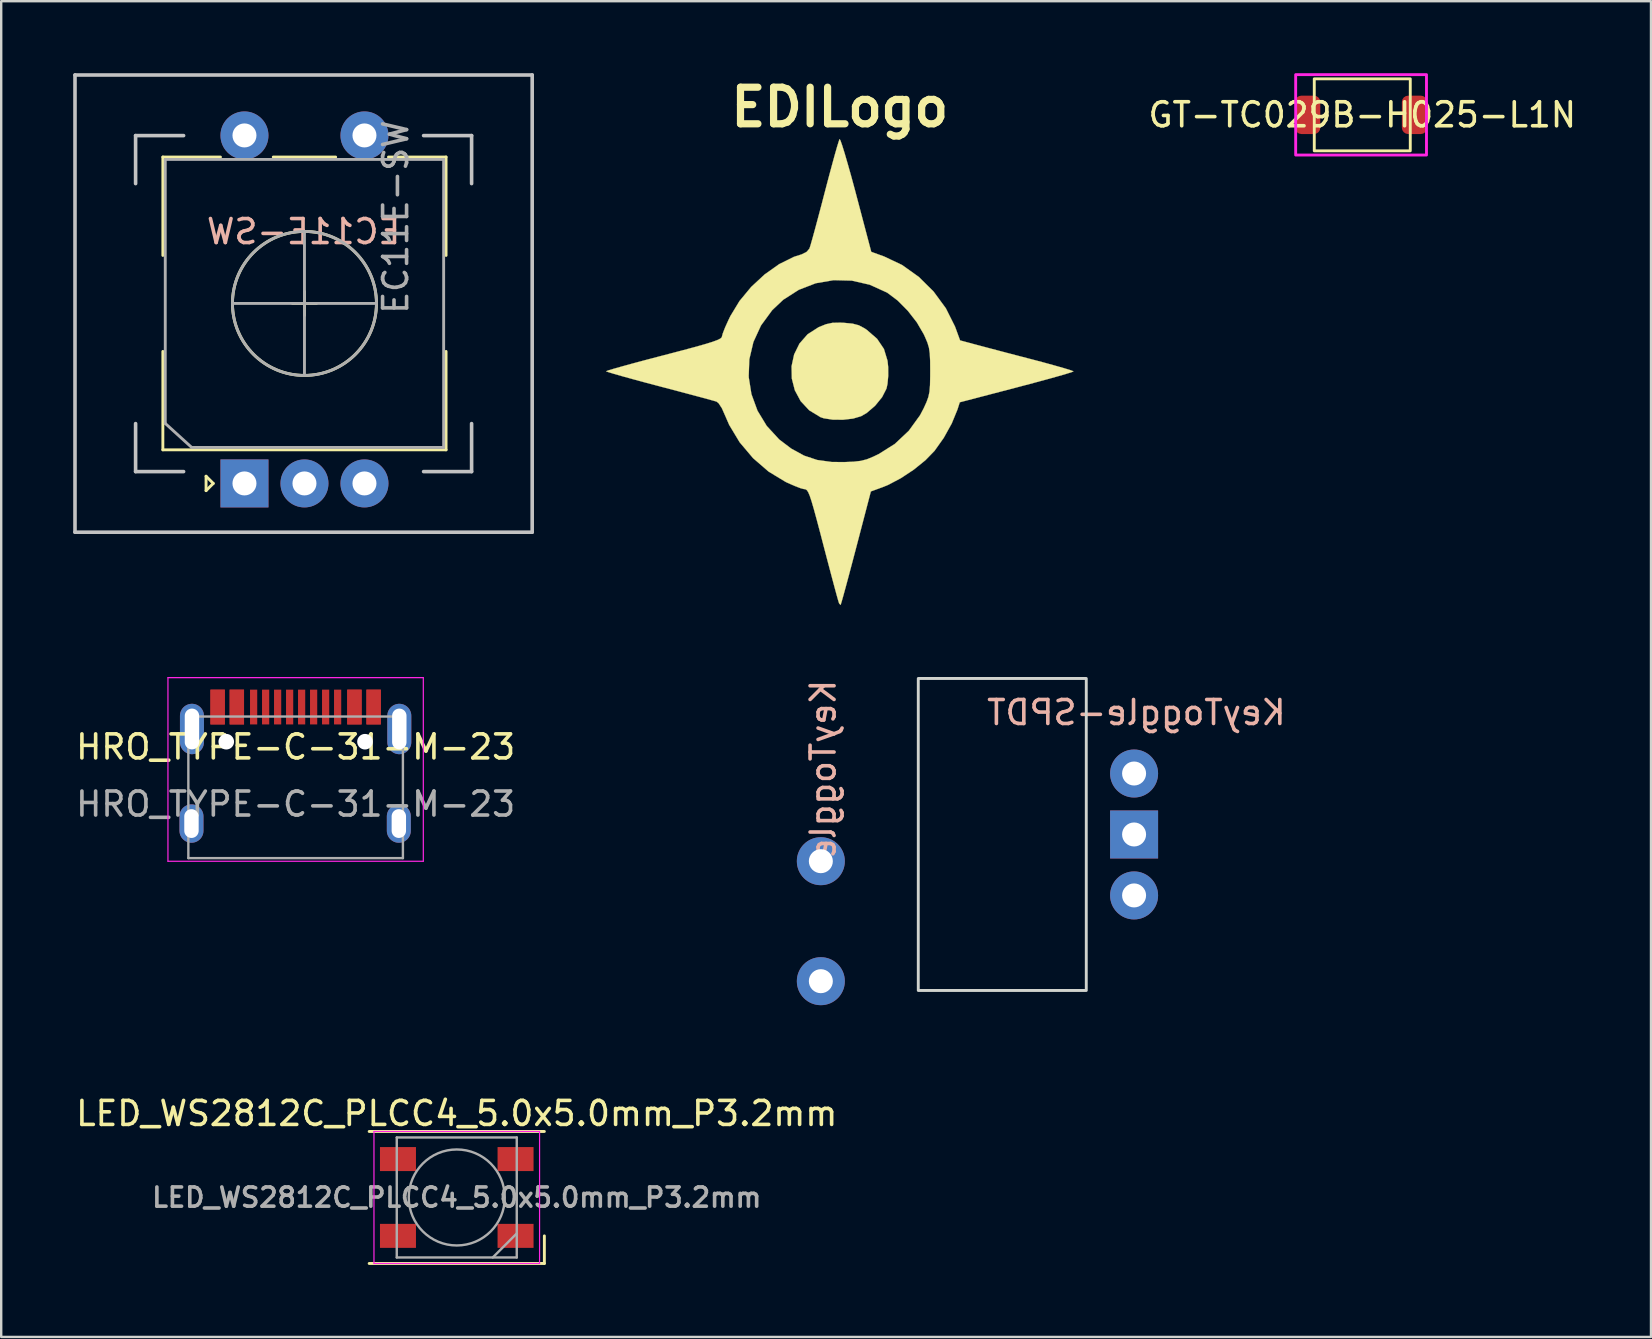
<source format=kicad_pcb>
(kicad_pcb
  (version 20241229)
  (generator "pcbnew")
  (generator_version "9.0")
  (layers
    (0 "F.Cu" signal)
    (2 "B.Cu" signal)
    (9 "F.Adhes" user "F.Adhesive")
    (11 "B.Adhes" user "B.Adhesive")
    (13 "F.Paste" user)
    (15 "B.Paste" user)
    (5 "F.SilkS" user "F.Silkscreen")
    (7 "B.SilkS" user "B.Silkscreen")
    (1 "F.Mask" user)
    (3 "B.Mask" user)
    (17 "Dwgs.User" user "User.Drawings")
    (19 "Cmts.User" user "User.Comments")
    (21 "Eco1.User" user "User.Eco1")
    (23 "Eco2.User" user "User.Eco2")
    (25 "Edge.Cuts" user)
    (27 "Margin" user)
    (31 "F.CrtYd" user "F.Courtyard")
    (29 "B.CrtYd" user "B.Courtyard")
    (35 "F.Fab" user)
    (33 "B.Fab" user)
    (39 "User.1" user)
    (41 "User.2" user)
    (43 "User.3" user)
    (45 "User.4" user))
  (footprint "LED_WS2812C_PLCC4_5.0x5.0mm_P3.2mm"
    (layer "F.Cu")
    (at 15.982 46.845)
    (property "Reference" "LED_WS2812C_PLCC4_5.0x5.0mm_P3.2mm" (at 0 -3.5 0) (layer "F.SilkS") (effects (font (size 1 1) (thickness 0.15))))
    (attr smd)
    (fp_line (start -3.65 -2.75) (end 3.65 -2.75) (stroke (width 0.12) (type solid)) (layer "F.SilkS"))
    (fp_line (start -3.65 2.75) (end 3.65 2.75) (stroke (width 0.12) (type solid)) (layer "F.SilkS"))
    (fp_line (start 3.65 2.75) (end 3.65 1.6) (stroke (width 0.12) (type solid)) (layer "F.SilkS"))
    (fp_line (start -3.45 -2.75) (end -3.45 2.75) (stroke (width 0.05) (type solid)) (layer "F.CrtYd"))
    (fp_line (start -3.45 2.75) (end 3.45 2.75) (stroke (width 0.05) (type solid)) (layer "F.CrtYd"))
    (fp_line (start 3.45 -2.75) (end -3.45 -2.75) (stroke (width 0.05) (type solid)) (layer "F.CrtYd"))
    (fp_line (start 3.45 2.75) (end 3.45 -2.75) (stroke (width 0.05) (type solid)) (layer "F.CrtYd"))
    (fp_line (start -2.5 -2.5) (end -2.5 2.5) (stroke (width 0.1) (type solid)) (layer "F.Fab"))
    (fp_line (start -2.5 2.5) (end 2.5 2.5) (stroke (width 0.1) (type solid)) (layer "F.Fab"))
    (fp_line (start 2.5 -2.5) (end -2.5 -2.5) (stroke (width 0.1) (type solid)) (layer "F.Fab"))
    (fp_line (start 2.5 1.5) (end 1.5 2.5) (stroke (width 0.1) (type solid)) (layer "F.Fab"))
    (fp_line (start 2.5 2.5) (end 2.5 -2.5) (stroke (width 0.1) (type solid)) (layer "F.Fab"))
    (fp_circle (center 0 0) (end 0 -2) (stroke (width 0.1) (type solid)) (fill no) (layer "F.Fab"))
    (fp_text user "${REFERENCE}" (at 0 0 0) (layer "F.Fab") (effects (font (size 0.8 0.8) (thickness 0.15))))
    (pad "1" smd rect (at -2.45 -1.6) (size 1.5 1) (layers "F.Cu" "F.Mask" "F.Paste"))
    (pad "2" smd rect (at -2.45 1.6) (size 1.5 1) (layers "F.Cu" "F.Mask" "F.Paste"))
    (pad "3" smd rect (at 2.45 1.6) (size 1.5 1) (layers "F.Cu" "F.Mask" "F.Paste"))
    (pad "4" smd rect (at 2.45 -1.6) (size 1.5 1) (layers "F.Cu" "F.Mask" "F.Paste")))
  (footprint "GT-TC029B-H025-L1N"
    (layer "F.Cu")
    (at 53.712 1.735)
    (property "Reference" "GT-TC029B-H025-L1N" (at 0 0 0) (unlocked yes) (layer "F.SilkS") (effects (font (size 1 1) (thickness 0.15))))
    (attr smd)
    (fp_rect (start -2 -1.5) (end 2 1.5) (stroke (width 0.12) (type solid)) (fill no) (layer "F.SilkS"))
    (fp_rect (start -2.775 -1.675) (end 2.675 1.675) (stroke (width 0.12) (type solid)) (fill no) (layer "F.CrtYd"))
    (pad "1" smd roundrect (at 2.175 0) (size 1.05 1.6) (layers "F.Cu" "F.Mask" "F.Paste") (roundrect_rratio 0.25))
    (pad "2" smd roundrect (at -2.275 0) (size 1.05 1.6) (layers "F.Cu" "F.Mask" "F.Paste") (roundrect_rratio 0.25)))
  (footprint "EC11E-SW"
    (layer "F.Cu")
    (at 9.6 9.6)
    (property "Reference" "EC11E-SW" (at 0 -3 0) (layer "B.SilkS") (effects (font (size 1 1) (thickness 0.15)) (justify mirror)))
    (attr through_hole)
    (fp_line (start -5.864 -6.107) (end -3.464 -6.107) (stroke (width 0.12) (type solid)) (layer "F.SilkS"))
    (fp_line (start -5.864 -2.007) (end -5.864 -6.107) (stroke (width 0.12) (type solid)) (layer "F.SilkS"))
    (fp_line (start -5.864 1.993) (end -5.864 6.093) (stroke (width 0.12) (type solid)) (layer "F.SilkS"))
    (fp_line (start -5.864 6.093) (end 5.936 6.093) (stroke (width 0.12) (type solid)) (layer "F.SilkS"))
    (fp_line (start -4.064 7.193) (end -3.764 7.493) (stroke (width 0.12) (type solid)) (layer "F.SilkS"))
    (fp_line (start -4.064 7.793) (end -4.064 7.193) (stroke (width 0.12) (type solid)) (layer "F.SilkS"))
    (fp_line (start -3.764 7.493) (end -4.064 7.793) (stroke (width 0.12) (type solid)) (layer "F.SilkS"))
    (fp_line (start -1.264 -6.107) (end 1.336 -6.107) (stroke (width 0.12) (type solid)) (layer "F.SilkS"))
    (fp_line (start -0.464 -0.007) (end 0.536 -0.007) (stroke (width 0.12) (type solid)) (layer "F.SilkS"))
    (fp_line (start 0.036 0.493) (end 0.036 -0.507) (stroke (width 0.12) (type solid)) (layer "F.SilkS"))
    (fp_line (start 3.536 -6.107) (end 5.936 -6.107) (stroke (width 0.12) (type solid)) (layer "F.SilkS"))
    (fp_line (start 5.936 -6.107) (end 5.936 -2.007) (stroke (width 0.12) (type solid)) (layer "F.SilkS"))
    (fp_line (start 5.936 1.993) (end 5.936 6.093) (stroke (width 0.12) (type solid)) (layer "F.SilkS"))
    (fp_circle (center 0.036 -0.007) (end 0.036 -3.007) (stroke (width 0.12) (type solid)) (fill no) (layer "F.SilkS"))
    (fp_line (start -9.525 -9.525) (end 9.525 -9.525) (stroke (width 0.15) (type solid)) (layer "Dwgs.User"))
    (fp_line (start -9.525 9.525) (end -9.525 -9.525) (stroke (width 0.15) (type solid)) (layer "Dwgs.User"))
    (fp_line (start -7 -7) (end -7 -5) (stroke (width 0.15) (type solid)) (layer "Dwgs.User"))
    (fp_line (start -7 5) (end -7 7) (stroke (width 0.15) (type solid)) (layer "Dwgs.User"))
    (fp_line (start -7 7) (end -5 7) (stroke (width 0.15) (type solid)) (layer "Dwgs.User"))
    (fp_line (start -5 -7) (end -7 -7) (stroke (width 0.15) (type solid)) (layer "Dwgs.User"))
    (fp_line (start 5 -7) (end 7 -7) (stroke (width 0.15) (type solid)) (layer "Dwgs.User"))
    (fp_line (start 5 7) (end 7 7) (stroke (width 0.15) (type solid)) (layer "Dwgs.User"))
    (fp_line (start 7 -7) (end 7 -5) (stroke (width 0.15) (type solid)) (layer "Dwgs.User"))
    (fp_line (start 7 7) (end 7 5) (stroke (width 0.15) (type solid)) (layer "Dwgs.User"))
    (fp_line (start 9.525 -9.525) (end 9.525 9.525) (stroke (width 0.15) (type solid)) (layer "Dwgs.User"))
    (fp_line (start 9.525 9.525) (end -9.525 9.525) (stroke (width 0.15) (type solid)) (layer "Dwgs.User"))
    (fp_line (start -5.764 -6.007) (end 5.836 -6.007) (stroke (width 0.12) (type solid)) (layer "F.Fab"))
    (fp_line (start -5.764 4.993) (end -5.764 -6.007) (stroke (width 0.12) (type solid)) (layer "F.Fab"))
    (fp_line (start -4.664 5.993) (end -5.764 4.993) (stroke (width 0.12) (type solid)) (layer "F.Fab"))
    (fp_line (start -2.964 -0.007) (end 3.036 -0.007) (stroke (width 0.12) (type solid)) (layer "F.Fab"))
    (fp_line (start 0.036 2.993) (end 0.036 -3.007) (stroke (width 0.12) (type solid)) (layer "F.Fab"))
    (fp_line (start 5.836 -6.007) (end 5.836 5.993) (stroke (width 0.12) (type solid)) (layer "F.Fab"))
    (fp_line (start 5.836 5.993) (end -4.664 5.993) (stroke (width 0.12) (type solid)) (layer "F.Fab"))
    (fp_circle (center 0.036 -0.007) (end 0.036 -3.007) (stroke (width 0.12) (type solid)) (fill no) (layer "F.Fab"))
    (fp_text user "${REFERENCE}" (at 3.836 -3.607 90) (layer "F.Fab") (effects (font (size 1 1) (thickness 0.15))))
    (pad "1" thru_hole circle (at 2.536 -7.007 90) (size 2 2) (drill 1) (layers "*.Cu" "*.Mask"))
    (pad "2" thru_hole circle (at -2.464 -7.007 90) (size 2 2) (drill 1) (layers "*.Cu" "*.Mask"))
    (pad "A" thru_hole rect (at -2.464 7.493 90) (size 2 2) (drill 1) (layers "*.Cu" "*.Mask"))
    (pad "B" thru_hole circle (at 2.536 7.493 90) (size 2 2) (drill 1) (layers "*.Cu" "*.Mask"))
    (pad "C" thru_hole circle (at 0.036 7.493 90) (size 2 2) (drill 1) (layers "*.Cu" "*.Mask")))
  (footprint "KeyToggle-SPDT"
    (layer "F.Cu")
    (at 38.712 31.72)
    (property "Reference" "KeyToggle-SPDT" (at 5.588 -5.08 180) (layer "B.SilkS") (effects (font (size 1 1) (thickness 0.15)) (justify mirror)))
    (attr through_hole)
    (fp_rect (start -3.5 -6.5) (end 3.5 6.5) (stroke (width 0.12) (type solid)) (fill no) (layer "Edge.Cuts"))
    (pad "1" thru_hole circle (at 5.492 2.54) (size 2 2) (drill 1) (layers "*.Cu" "*.Mask"))
    (pad "2" thru_hole rect (at 5.492 0) (size 2 2) (drill 1) (layers "*.Cu" "*.Mask"))
    (pad "3" thru_hole circle (at 5.492 -2.54) (size 2 2) (drill 1) (layers "*.Cu" "*.Mask")))
  (footprint "HRO_TYPE-C-31-M-23"
    (layer "F.Cu")
    (at 9.268 30.455)
    (property "Reference" "HRO_TYPE-C-31-M-23" (at 0 -2.381 0) (layer "F.SilkS") (effects (font (size 1 1) (thickness 0.15))))
    (attr smd)
    (fp_line (start -5.32 -5.27) (end -5.32 2.381) (stroke (width 0.05) (type solid)) (layer "F.CrtYd"))
    (fp_line (start -5.32 -5.27) (end 5.32 -5.27) (stroke (width 0.05) (type solid)) (layer "F.CrtYd"))
    (fp_line (start -5.32 2.381) (end 5.32 2.381) (stroke (width 0.05) (type solid)) (layer "F.CrtYd"))
    (fp_line (start 5.32 -5.27) (end 5.32 2.381) (stroke (width 0.05) (type solid)) (layer "F.CrtYd"))
    (fp_line (start -4.47 -3.65) (end -4.47 2.25) (stroke (width 0.1) (type solid)) (layer "F.Fab"))
    (fp_line (start -4.47 -3.65) (end 4.47 -3.65) (stroke (width 0.1) (type solid)) (layer "F.Fab"))
    (fp_line (start -4.47 2.25) (end 4.47 2.25) (stroke (width 0.1) (type solid)) (layer "F.Fab"))
    (fp_line (start 4.47 -3.65) (end 4.47 2.25) (stroke (width 0.1) (type solid)) (layer "F.Fab"))
    (fp_text user "${REFERENCE}" (at 0 0 0) (layer "F.Fab") (effects (font (size 1 1) (thickness 0.15))))
    (pad "" np_thru_hole circle (at -2.89 -2.6) (size 0.65 0.65) (drill 0.65) (layers "*.Cu" "*.Mask"))
    (pad "" np_thru_hole circle (at 2.89 -2.6) (size 0.65 0.65) (drill 0.65) (layers "*.Cu" "*.Mask"))
    (pad "A1" smd rect (at -3.25 -4.045) (size 0.6 1.45) (layers "F.Cu" "F.Mask" "F.Paste"))
    (pad "A4" smd rect (at -2.45 -4.045) (size 0.6 1.45) (layers "F.Cu" "F.Mask" "F.Paste"))
    (pad "A5" smd rect (at -1.25 -4.045) (size 0.3 1.45) (layers "F.Cu" "F.Mask" "F.Paste"))
    (pad "A6" smd rect (at -0.25 -4.045) (size 0.3 1.45) (layers "F.Cu" "F.Mask" "F.Paste"))
    (pad "A7" smd rect (at 0.25 -4.045) (size 0.3 1.45) (layers "F.Cu" "F.Mask" "F.Paste"))
    (pad "A8" smd rect (at 1.25 -4.045) (size 0.3 1.45) (layers "F.Cu" "F.Mask" "F.Paste"))
    (pad "A9" smd rect (at 2.45 -4.045) (size 0.6 1.45) (layers "F.Cu" "F.Mask" "F.Paste"))
    (pad "A12" smd rect (at 3.25 -4.045) (size 0.6 1.45) (layers "F.Cu" "F.Mask" "F.Paste"))
    (pad "B1" smd rect (at 3.25 -4.045) (size 0.6 1.45) (layers "F.Cu" "F.Mask" "F.Paste"))
    (pad "B4" smd rect (at 2.45 -4.045) (size 0.6 1.45) (layers "F.Cu" "F.Mask" "F.Paste"))
    (pad "B5" smd rect (at 1.75 -4.045) (size 0.3 1.45) (layers "F.Cu" "F.Mask" "F.Paste"))
    (pad "B6" smd rect (at 0.75 -4.045) (size 0.3 1.45) (layers "F.Cu" "F.Mask" "F.Paste"))
    (pad "B7" smd rect (at -0.75 -4.045) (size 0.3 1.45) (layers "F.Cu" "F.Mask" "F.Paste"))
    (pad "B8" smd rect (at -1.75 -4.045) (size 0.3 1.45) (layers "F.Cu" "F.Mask" "F.Paste"))
    (pad "B9" smd rect (at -2.45 -4.045) (size 0.6 1.45) (layers "F.Cu" "F.Mask" "F.Paste"))
    (pad "B12" smd rect (at -3.25 -4.045) (size 0.6 1.45) (layers "F.Cu" "F.Mask" "F.Paste"))
    (pad "S1" thru_hole oval (at -4.34 0.81) (size 1 1.6) (drill oval 0.6 1.2) (layers "*.Cu" "*.Mask"))
    (pad "S1" thru_hole oval (at -4.32 -3.13) (size 1 2.1) (drill oval 0.6 1.7) (layers "*.Cu" "*.Mask"))
    (pad "S1" thru_hole oval (at 4.3 0.81) (size 1 1.6) (drill oval 0.6 1.2) (layers "*.Cu" "*.Mask"))
    (pad "S1" thru_hole oval (at 4.32 -3.13) (size 1 2.1) (drill oval 0.6 1.7) (layers "*.Cu" "*.Mask")))
  (footprint "EDILogo"
    (layer "F.Cu")
    (at 31.941 12.418)
    (property "Reference" "EDILogo" (at 0 -11 0) (layer "F.SilkS") (effects (font (size 1.524 1.524) (thickness 0.3))))
    (attr through_hole)
    (fp_poly (pts (xy 0.172 -2.017) (xy 0.532 -1.983) (xy 0.794 -1.914) (xy 1.031 -1.788) (xy 1.116 -1.731) (xy 1.554 -1.352) (xy 1.84 -0.929) (xy 1.99 -0.434) (xy 2.017 -0.173) (xy 2.019 0.192) (xy 1.988 0.53) (xy 1.946 0.723) (xy 1.763 1.081) (xy 1.473 1.437) (xy 1.128 1.734) (xy 0.889 1.874) (xy 0.555 1.973) (xy 0.138 2.021) (xy -0.292 2.018) (xy -0.666 1.961) (xy -0.804 1.914) (xy -1.275 1.627) (xy -1.631 1.245) (xy -1.873 0.793) (xy -1.999 0.301) (xy -2.009 -0.206) (xy -1.902 -0.7) (xy -1.679 -1.154) (xy -1.338 -1.542) (xy -0.879 -1.836) (xy -0.877 -1.837) (xy -0.573 -1.959) (xy -0.302 -2.017) (xy 0.021 -2.024) (xy 0.172 -2.017)) (stroke (width 0.01) (type solid)) (fill yes) (layer "F.SilkS"))
    (fp_poly (pts (xy 0.029 -9.613) (xy 0.101 -9.407) (xy 0.204 -9.076) (xy 0.331 -8.64) (xy 0.478 -8.119) (xy 0.637 -7.532) (xy 0.683 -7.357) (xy 1.312 -4.974) (xy 1.846 -4.782) (xy 2.595 -4.427) (xy 3.292 -3.931) (xy 3.909 -3.32) (xy 4.421 -2.622) (xy 4.801 -1.863) (xy 4.835 -1.771) (xy 5.013 -1.285) (xy 5.618 -1.122) (xy 5.887 -1.05) (xy 6.284 -0.945) (xy 6.773 -0.816) (xy 7.319 -0.673) (xy 7.884 -0.525) (xy 7.98 -0.501) (xy 8.497 -0.364) (xy 8.953 -0.238) (xy 9.326 -0.132) (xy 9.591 -0.051) (xy 9.725 -0.002) (xy 9.736 0.007) (xy 9.658 0.04) (xy 9.436 0.109) (xy 9.091 0.209) (xy 8.643 0.334) (xy 8.112 0.478) (xy 7.52 0.635) (xy 7.369 0.675) (xy 5 1.294) (xy 4.902 1.6) (xy 4.665 2.177) (xy 4.333 2.775) (xy 3.949 3.316) (xy 3.945 3.321) (xy 3.57 3.707) (xy 3.088 4.097) (xy 2.553 4.452) (xy 2.022 4.733) (xy 1.79 4.828) (xy 1.295 5.009) (xy 0.677 7.373) (xy 0.518 7.976) (xy 0.373 8.523) (xy 0.247 8.992) (xy 0.145 9.364) (xy 0.073 9.617) (xy 0.037 9.732) (xy 0.034 9.737) (xy -0.024 9.68) (xy -0.028 9.673) (xy -0.059 9.577) (xy -0.126 9.34) (xy -0.223 8.982) (xy -0.344 8.528) (xy -0.484 7.999) (xy -0.628 7.451) (xy -0.813 6.739) (xy -0.963 6.174) (xy -1.082 5.739) (xy -1.176 5.417) (xy -1.251 5.191) (xy -1.313 5.045) (xy -1.367 4.961) (xy -1.42 4.922) (xy -1.477 4.911) (xy -1.492 4.911) (xy -1.631 4.875) (xy -1.875 4.782) (xy -2.177 4.649) (xy -2.257 4.611) (xy -2.964 4.183) (xy -3.612 3.623) (xy -4.171 2.962) (xy -4.608 2.236) (xy -4.776 1.85) (xy -4.914 1.538) (xy -5.051 1.331) (xy -5.132 1.267) (xy -5.254 1.23) (xy -5.517 1.158) (xy -5.897 1.055) (xy -6.372 0.928) (xy -6.918 0.783) (xy -7.512 0.627) (xy -7.514 0.626) (xy -8.099 0.472) (xy -8.625 0.329) (xy -8.973 0.233) (xy -3.796 0.233) (xy -3.681 0.954) (xy -3.429 1.644) (xy -3.042 2.281) (xy -2.522 2.845) (xy -2.025 3.222) (xy -1.486 3.517) (xy -0.941 3.698) (xy -0.337 3.781) (xy 0.179 3.786) (xy 0.581 3.769) (xy 0.877 3.735) (xy 1.129 3.67) (xy 1.4 3.558) (xy 1.623 3.451) (xy 2.292 3.03) (xy 2.876 2.481) (xy 3.343 1.836) (xy 3.495 1.548) (xy 3.614 1.287) (xy 3.692 1.071) (xy 3.738 0.852) (xy 3.76 0.58) (xy 3.767 0.21) (xy 3.768 0) (xy 3.765 -0.431) (xy 3.75 -0.74) (xy 3.716 -0.977) (xy 3.653 -1.189) (xy 3.554 -1.423) (xy 3.497 -1.546) (xy 3.211 -2.036) (xy 2.835 -2.519) (xy 2.413 -2.945) (xy 1.991 -3.263) (xy 1.967 -3.278) (xy 1.251 -3.604) (xy 0.502 -3.775) (xy -0.256 -3.794) (xy -1.001 -3.666) (xy -1.708 -3.393) (xy -2.355 -2.979) (xy -2.816 -2.544) (xy -3.282 -1.908) (xy -3.599 -1.219) (xy -3.769 -0.498) (xy -3.796 0.233) (xy -8.973 0.233) (xy -9.074 0.205) (xy -9.422 0.105) (xy -9.65 0.035) (xy -9.736 0.001) (xy -9.736 0.001) (xy -9.657 -0.031) (xy -9.435 -0.098) (xy -9.088 -0.196) (xy -8.639 -0.32) (xy -8.106 -0.463) (xy -7.511 -0.619) (xy -7.323 -0.668) (xy -6.614 -0.854) (xy -6.053 -1.004) (xy -5.625 -1.125) (xy -5.313 -1.221) (xy -5.102 -1.298) (xy -4.976 -1.36) (xy -4.919 -1.413) (xy -4.911 -1.442) (xy -4.874 -1.579) (xy -4.778 -1.825) (xy -4.637 -2.136) (xy -4.559 -2.297) (xy -4.179 -2.924) (xy -3.692 -3.512) (xy -3.131 -4.033) (xy -2.527 -4.461) (xy -1.912 -4.766) (xy -1.581 -4.872) (xy -1.379 -4.975) (xy -1.264 -5.112) (xy -1.222 -5.24) (xy -1.145 -5.509) (xy -1.039 -5.894) (xy -0.911 -6.371) (xy -0.766 -6.917) (xy -0.627 -7.451) (xy -0.475 -8.031) (xy -0.334 -8.557) (xy -0.211 -9.007) (xy -0.111 -9.358) (xy -0.04 -9.588) (xy -0.007 -9.675) (xy 0.029 -9.613)) (stroke (width 0.01) (type solid)) (fill yes) (layer "F.SilkS")))
  (footprint "KeyToggle"
    (layer "F.Cu")
    (at 25.66 32.833)
    (property "Reference" "KeyToggle" (at 5.588 -3.81 90) (layer "B.SilkS") (effects (font (size 1 1) (thickness 0.15)) (justify mirror)))
    (attr through_hole)
    (fp_line (start -4.064 -6.604) (end 4.064 -6.604) (stroke (width 0.12) (type solid)) (layer "Eco1.User"))
    (fp_line (start -4.064 6.604) (end -4.064 -6.604) (stroke (width 0.12) (type solid)) (layer "Eco1.User"))
    (fp_line (start 4.064 -6.604) (end 4.064 6.604) (stroke (width 0.12) (type solid)) (layer "Eco1.User"))
    (fp_line (start 4.064 6.604) (end -4.064 6.604) (stroke (width 0.12) (type solid)) (layer "Eco1.User"))
    (pad "1" thru_hole circle (at 5.492 0) (size 2 2) (drill 1) (layers "*.Cu" "*.Mask"))
    (pad "2" thru_hole circle (at 5.492 5) (size 2 2) (drill 1) (layers "*.Cu" "*.Mask")))
  (gr_rect
    (start -3 -3)
    (end 65.742 52.655)
    (stroke (width 0.1) (type default))
    (fill no)
    (layer "Edge.Cuts")))
</source>
